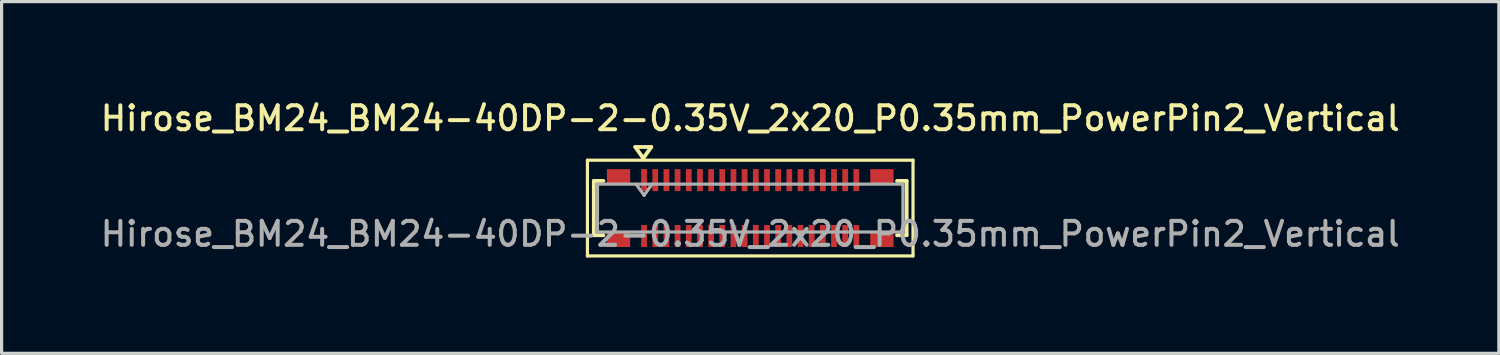
<source format=kicad_pcb>
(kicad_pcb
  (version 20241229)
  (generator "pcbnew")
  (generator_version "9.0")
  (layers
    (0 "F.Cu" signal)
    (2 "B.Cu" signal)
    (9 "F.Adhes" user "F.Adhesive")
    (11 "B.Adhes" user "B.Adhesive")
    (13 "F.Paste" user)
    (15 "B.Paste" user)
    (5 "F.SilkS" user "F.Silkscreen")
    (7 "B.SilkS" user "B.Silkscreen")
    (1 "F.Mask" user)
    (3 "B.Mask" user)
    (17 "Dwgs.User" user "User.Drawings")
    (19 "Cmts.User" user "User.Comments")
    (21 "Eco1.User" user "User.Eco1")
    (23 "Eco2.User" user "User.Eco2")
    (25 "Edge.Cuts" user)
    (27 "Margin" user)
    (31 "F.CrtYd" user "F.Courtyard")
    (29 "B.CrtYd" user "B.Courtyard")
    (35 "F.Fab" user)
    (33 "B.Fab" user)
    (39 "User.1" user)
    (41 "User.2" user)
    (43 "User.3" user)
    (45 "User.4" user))
  (footprint "Hirose_BM24_BM24-40DP-2-0.35V_2x20_P0.35mm_PowerPin2_Vertical"
    (layer "F.Cu")
    (at 20.452 3.468)
    (property "Reference" "Hirose_BM24_BM24-40DP-2-0.35V_2x20_P0.35mm_PowerPin2_Vertical" (at 0 -2.81 0) (layer "F.SilkS") (effects (font (size 0.75 0.75) (thickness 0.125))))
    (attr smd)
    (fp_line (start -5.1 -1.5) (end -5.1 1.5) (stroke (width 0.1) (type solid)) (layer "F.SilkS"))
    (fp_line (start -5.1 1.5) (end 5.1 1.5) (stroke (width 0.1) (type solid)) (layer "F.SilkS"))
    (fp_line (start -4.9 -0.85) (end -4.9 0.85) (stroke (width 0.12) (type solid)) (layer "F.SilkS"))
    (fp_line (start -4.9 -0.85) (end -4.6 -0.85) (stroke (width 0.12) (type solid)) (layer "F.SilkS"))
    (fp_line (start -4.9 0.85) (end -4.6 0.85) (stroke (width 0.12) (type solid)) (layer "F.SilkS"))
    (fp_line (start -3.6 -1.914) (end -3.35 -1.56) (stroke (width 0.12) (type solid)) (layer "F.SilkS"))
    (fp_line (start -3.35 -1.56) (end -3.1 -1.914) (stroke (width 0.12) (type solid)) (layer "F.SilkS"))
    (fp_line (start -3.1 -1.914) (end -3.6 -1.914) (stroke (width 0.12) (type solid)) (layer "F.SilkS"))
    (fp_line (start 4.9 -0.85) (end 4.6 -0.85) (stroke (width 0.12) (type solid)) (layer "F.SilkS"))
    (fp_line (start 4.9 -0.85) (end 4.9 0.85) (stroke (width 0.12) (type solid)) (layer "F.SilkS"))
    (fp_line (start 4.9 0.85) (end 4.6 0.85) (stroke (width 0.12) (type solid)) (layer "F.SilkS"))
    (fp_line (start 5.1 -1.5) (end -5.1 -1.5) (stroke (width 0.1) (type solid)) (layer "F.SilkS"))
    (fp_line (start 5.1 1.5) (end 5.1 -1.5) (stroke (width 0.1) (type solid)) (layer "F.SilkS"))
    (fp_line (start -4.785 -0.75) (end -4.785 0.75) (stroke (width 0.1) (type solid)) (layer "F.Fab"))
    (fp_line (start -4.785 -0.75) (end 4.785 -0.75) (stroke (width 0.1) (type solid)) (layer "F.Fab"))
    (fp_line (start -4.785 0.75) (end 4.785 0.75) (stroke (width 0.1) (type solid)) (layer "F.Fab"))
    (fp_line (start -3.575 -0.75) (end -3.325 -0.4) (stroke (width 0.1) (type solid)) (layer "F.Fab"))
    (fp_line (start -3.325 -0.4) (end -3.075 -0.75) (stroke (width 0.1) (type solid)) (layer "F.Fab"))
    (fp_line (start 4.785 -0.75) (end 4.785 0.75) (stroke (width 0.1) (type solid)) (layer "F.Fab"))
    (fp_text user "${REFERENCE}" (at 0 0.81 0) (layer "F.Fab") (effects (font (size 0.75 0.75) (thickness 0.125))))
    (pad "1" smd rect (at -3.325 -0.875) (size 0.18 0.69) (layers "F.Cu" "F.Mask" "F.Paste"))
    (pad "2" smd rect (at -3.325 0.875) (size 0.18 0.69) (layers "F.Cu" "F.Mask" "F.Paste"))
    (pad "3" smd rect (at -2.975 -0.875) (size 0.18 0.69) (layers "F.Cu" "F.Mask" "F.Paste"))
    (pad "4" smd rect (at -2.975 0.875) (size 0.18 0.69) (layers "F.Cu" "F.Mask" "F.Paste"))
    (pad "5" smd rect (at -2.625 -0.875) (size 0.18 0.69) (layers "F.Cu" "F.Mask" "F.Paste"))
    (pad "6" smd rect (at -2.625 0.875) (size 0.18 0.69) (layers "F.Cu" "F.Mask" "F.Paste"))
    (pad "7" smd rect (at -2.275 -0.875) (size 0.18 0.69) (layers "F.Cu" "F.Mask" "F.Paste"))
    (pad "8" smd rect (at -2.275 0.875) (size 0.18 0.69) (layers "F.Cu" "F.Mask" "F.Paste"))
    (pad "9" smd rect (at -1.925 -0.875) (size 0.18 0.69) (layers "F.Cu" "F.Mask" "F.Paste"))
    (pad "10" smd rect (at -1.925 0.875) (size 0.18 0.69) (layers "F.Cu" "F.Mask" "F.Paste"))
    (pad "11" smd rect (at -1.575 -0.875) (size 0.18 0.69) (layers "F.Cu" "F.Mask" "F.Paste"))
    (pad "12" smd rect (at -1.575 0.875) (size 0.18 0.69) (layers "F.Cu" "F.Mask" "F.Paste"))
    (pad "13" smd rect (at -1.225 -0.875) (size 0.18 0.69) (layers "F.Cu" "F.Mask" "F.Paste"))
    (pad "14" smd rect (at -1.225 0.875) (size 0.18 0.69) (layers "F.Cu" "F.Mask" "F.Paste"))
    (pad "15" smd rect (at -0.875 -0.875) (size 0.18 0.69) (layers "F.Cu" "F.Mask" "F.Paste"))
    (pad "16" smd rect (at -0.875 0.875) (size 0.18 0.69) (layers "F.Cu" "F.Mask" "F.Paste"))
    (pad "17" smd rect (at -0.525 -0.875) (size 0.18 0.69) (layers "F.Cu" "F.Mask" "F.Paste"))
    (pad "18" smd rect (at -0.525 0.875) (size 0.18 0.69) (layers "F.Cu" "F.Mask" "F.Paste"))
    (pad "19" smd rect (at -0.175 -0.875) (size 0.18 0.69) (layers "F.Cu" "F.Mask" "F.Paste"))
    (pad "20" smd rect (at -0.175 0.875) (size 0.18 0.69) (layers "F.Cu" "F.Mask" "F.Paste"))
    (pad "21" smd rect (at 0.175 -0.875) (size 0.18 0.69) (layers "F.Cu" "F.Mask" "F.Paste"))
    (pad "22" smd rect (at 0.175 0.875) (size 0.18 0.69) (layers "F.Cu" "F.Mask" "F.Paste"))
    (pad "23" smd rect (at 0.525 -0.875) (size 0.18 0.69) (layers "F.Cu" "F.Mask" "F.Paste"))
    (pad "24" smd rect (at 0.525 0.875) (size 0.18 0.69) (layers "F.Cu" "F.Mask" "F.Paste"))
    (pad "25" smd rect (at 0.875 -0.875) (size 0.18 0.69) (layers "F.Cu" "F.Mask" "F.Paste"))
    (pad "26" smd rect (at 0.875 0.875) (size 0.18 0.69) (layers "F.Cu" "F.Mask" "F.Paste"))
    (pad "27" smd rect (at 1.225 -0.875) (size 0.18 0.69) (layers "F.Cu" "F.Mask" "F.Paste"))
    (pad "28" smd rect (at 1.225 0.875) (size 0.18 0.69) (layers "F.Cu" "F.Mask" "F.Paste"))
    (pad "29" smd rect (at 1.575 -0.875) (size 0.18 0.69) (layers "F.Cu" "F.Mask" "F.Paste"))
    (pad "30" smd rect (at 1.575 0.875) (size 0.18 0.69) (layers "F.Cu" "F.Mask" "F.Paste"))
    (pad "31" smd rect (at 1.925 -0.875) (size 0.18 0.69) (layers "F.Cu" "F.Mask" "F.Paste"))
    (pad "32" smd rect (at 1.925 0.875) (size 0.18 0.69) (layers "F.Cu" "F.Mask" "F.Paste"))
    (pad "33" smd rect (at 2.275 -0.875) (size 0.18 0.69) (layers "F.Cu" "F.Mask" "F.Paste"))
    (pad "34" smd rect (at 2.275 0.875) (size 0.18 0.69) (layers "F.Cu" "F.Mask" "F.Paste"))
    (pad "35" smd rect (at 2.625 -0.875) (size 0.18 0.69) (layers "F.Cu" "F.Mask" "F.Paste"))
    (pad "36" smd rect (at 2.625 0.875) (size 0.18 0.69) (layers "F.Cu" "F.Mask" "F.Paste"))
    (pad "37" smd rect (at 2.975 -0.875) (size 0.18 0.69) (layers "F.Cu" "F.Mask" "F.Paste"))
    (pad "38" smd rect (at 2.975 0.875) (size 0.18 0.69) (layers "F.Cu" "F.Mask" "F.Paste"))
    (pad "39" smd rect (at 3.325 -0.875) (size 0.18 0.69) (layers "F.Cu" "F.Mask" "F.Paste"))
    (pad "40" smd rect (at 3.325 0.875) (size 0.18 0.69) (layers "F.Cu" "F.Mask" "F.Paste"))
    (pad "41" smd rect (at -4.125 -0.975) (size 0.73 0.49) (layers "F.Cu" "F.Mask" "F.Paste"))
    (pad "41" smd rect (at -4.125 0.975) (size 0.73 0.49) (layers "F.Cu" "F.Mask" "F.Paste"))
    (pad "42" smd rect (at 4.125 -0.975) (size 0.73 0.49) (layers "F.Cu" "F.Mask" "F.Paste"))
    (pad "42" smd rect (at 4.125 0.975) (size 0.73 0.49) (layers "F.Cu" "F.Mask" "F.Paste")))
  (gr_rect
    (start -3 -3)
    (end 43.904 8.018)
    (stroke (width 0.1) (type default))
    (fill no)
    (layer "Edge.Cuts")))
</source>
